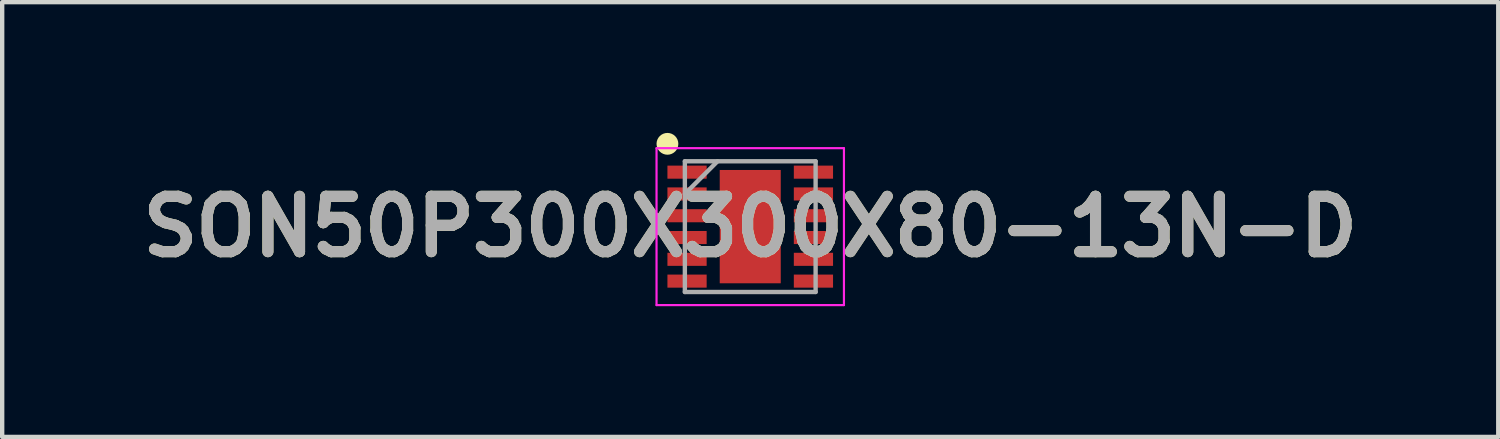
<source format=kicad_pcb>
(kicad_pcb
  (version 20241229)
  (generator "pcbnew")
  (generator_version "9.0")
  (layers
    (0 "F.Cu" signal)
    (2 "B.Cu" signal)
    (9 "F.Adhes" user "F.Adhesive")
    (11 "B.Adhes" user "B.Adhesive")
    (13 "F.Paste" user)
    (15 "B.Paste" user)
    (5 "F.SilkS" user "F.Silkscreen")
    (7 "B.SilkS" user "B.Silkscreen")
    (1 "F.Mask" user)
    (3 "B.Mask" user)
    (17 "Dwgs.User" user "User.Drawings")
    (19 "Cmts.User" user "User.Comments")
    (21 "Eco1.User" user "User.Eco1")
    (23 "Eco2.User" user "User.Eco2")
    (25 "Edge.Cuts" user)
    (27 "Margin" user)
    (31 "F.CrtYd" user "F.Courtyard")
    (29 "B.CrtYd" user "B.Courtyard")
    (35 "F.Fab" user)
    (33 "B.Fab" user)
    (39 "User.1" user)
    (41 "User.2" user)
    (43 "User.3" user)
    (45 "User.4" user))
  (footprint "SON50P300X300X80-13N-D"
    (layer "F.Cu")
    (at 14.164 2.15)
    (property "Reference" "SON50P300X300X80-13N-D" (at 0 0 0) (layer "F.SilkS") (effects (font (size 1.27 1.27) (thickness 0.254))))
    (attr smd)
    (fp_circle (center -1.9 -1.9) (end -1.9 -1.775) (stroke (width 0.25) (type solid)) (fill no) (layer "F.SilkS"))
    (fp_line (start -2.15 -1.8) (end 2.15 -1.8) (stroke (width 0.05) (type solid)) (layer "F.CrtYd"))
    (fp_line (start -2.15 1.8) (end -2.15 -1.8) (stroke (width 0.05) (type solid)) (layer "F.CrtYd"))
    (fp_line (start 2.15 -1.8) (end 2.15 1.8) (stroke (width 0.05) (type solid)) (layer "F.CrtYd"))
    (fp_line (start 2.15 1.8) (end -2.15 1.8) (stroke (width 0.05) (type solid)) (layer "F.CrtYd"))
    (fp_line (start -1.5 -1.5) (end 1.5 -1.5) (stroke (width 0.1) (type solid)) (layer "F.Fab"))
    (fp_line (start -1.5 -0.75) (end -0.75 -1.5) (stroke (width 0.1) (type solid)) (layer "F.Fab"))
    (fp_line (start -1.5 1.5) (end -1.5 -1.5) (stroke (width 0.1) (type solid)) (layer "F.Fab"))
    (fp_line (start 1.5 -1.5) (end 1.5 1.5) (stroke (width 0.1) (type solid)) (layer "F.Fab"))
    (fp_line (start 1.5 1.5) (end -1.5 1.5) (stroke (width 0.1) (type solid)) (layer "F.Fab"))
    (fp_text user "${REFERENCE}" (at 0 0 0) (layer "F.Fab") (effects (font (size 1.27 1.27) (thickness 0.254))))
    (pad "1" smd rect (at -1.45 -1.25 90) (size 0.3 0.9) (layers "F.Cu" "F.Mask" "F.Paste"))
    (pad "2" smd rect (at -1.45 -0.75 90) (size 0.3 0.9) (layers "F.Cu" "F.Mask" "F.Paste"))
    (pad "3" smd rect (at -1.45 -0.25 90) (size 0.3 0.9) (layers "F.Cu" "F.Mask" "F.Paste"))
    (pad "4" smd rect (at -1.45 0.25 90) (size 0.3 0.9) (layers "F.Cu" "F.Mask" "F.Paste"))
    (pad "5" smd rect (at -1.45 0.75 90) (size 0.3 0.9) (layers "F.Cu" "F.Mask" "F.Paste"))
    (pad "6" smd rect (at -1.45 1.25 90) (size 0.3 0.9) (layers "F.Cu" "F.Mask" "F.Paste"))
    (pad "7" smd rect (at 1.45 1.25 90) (size 0.3 0.9) (layers "F.Cu" "F.Mask" "F.Paste"))
    (pad "8" smd rect (at 1.45 0.75 90) (size 0.3 0.9) (layers "F.Cu" "F.Mask" "F.Paste"))
    (pad "9" smd rect (at 1.45 0.25 90) (size 0.3 0.9) (layers "F.Cu" "F.Mask" "F.Paste"))
    (pad "10" smd rect (at 1.45 -0.25 90) (size 0.3 0.9) (layers "F.Cu" "F.Mask" "F.Paste"))
    (pad "11" smd rect (at 1.45 -0.75 90) (size 0.3 0.9) (layers "F.Cu" "F.Mask" "F.Paste"))
    (pad "12" smd rect (at 1.45 -1.25 90) (size 0.3 0.9) (layers "F.Cu" "F.Mask" "F.Paste"))
    (pad "13" smd rect (at 0 0) (size 1.4 2.6) (layers "F.Cu" "F.Mask" "F.Paste")))
  (gr_rect
    (start -3 -3)
    (end 31.327 6.975)
    (stroke (width 0.1) (type default))
    (fill no)
    (layer "Edge.Cuts")))
</source>
